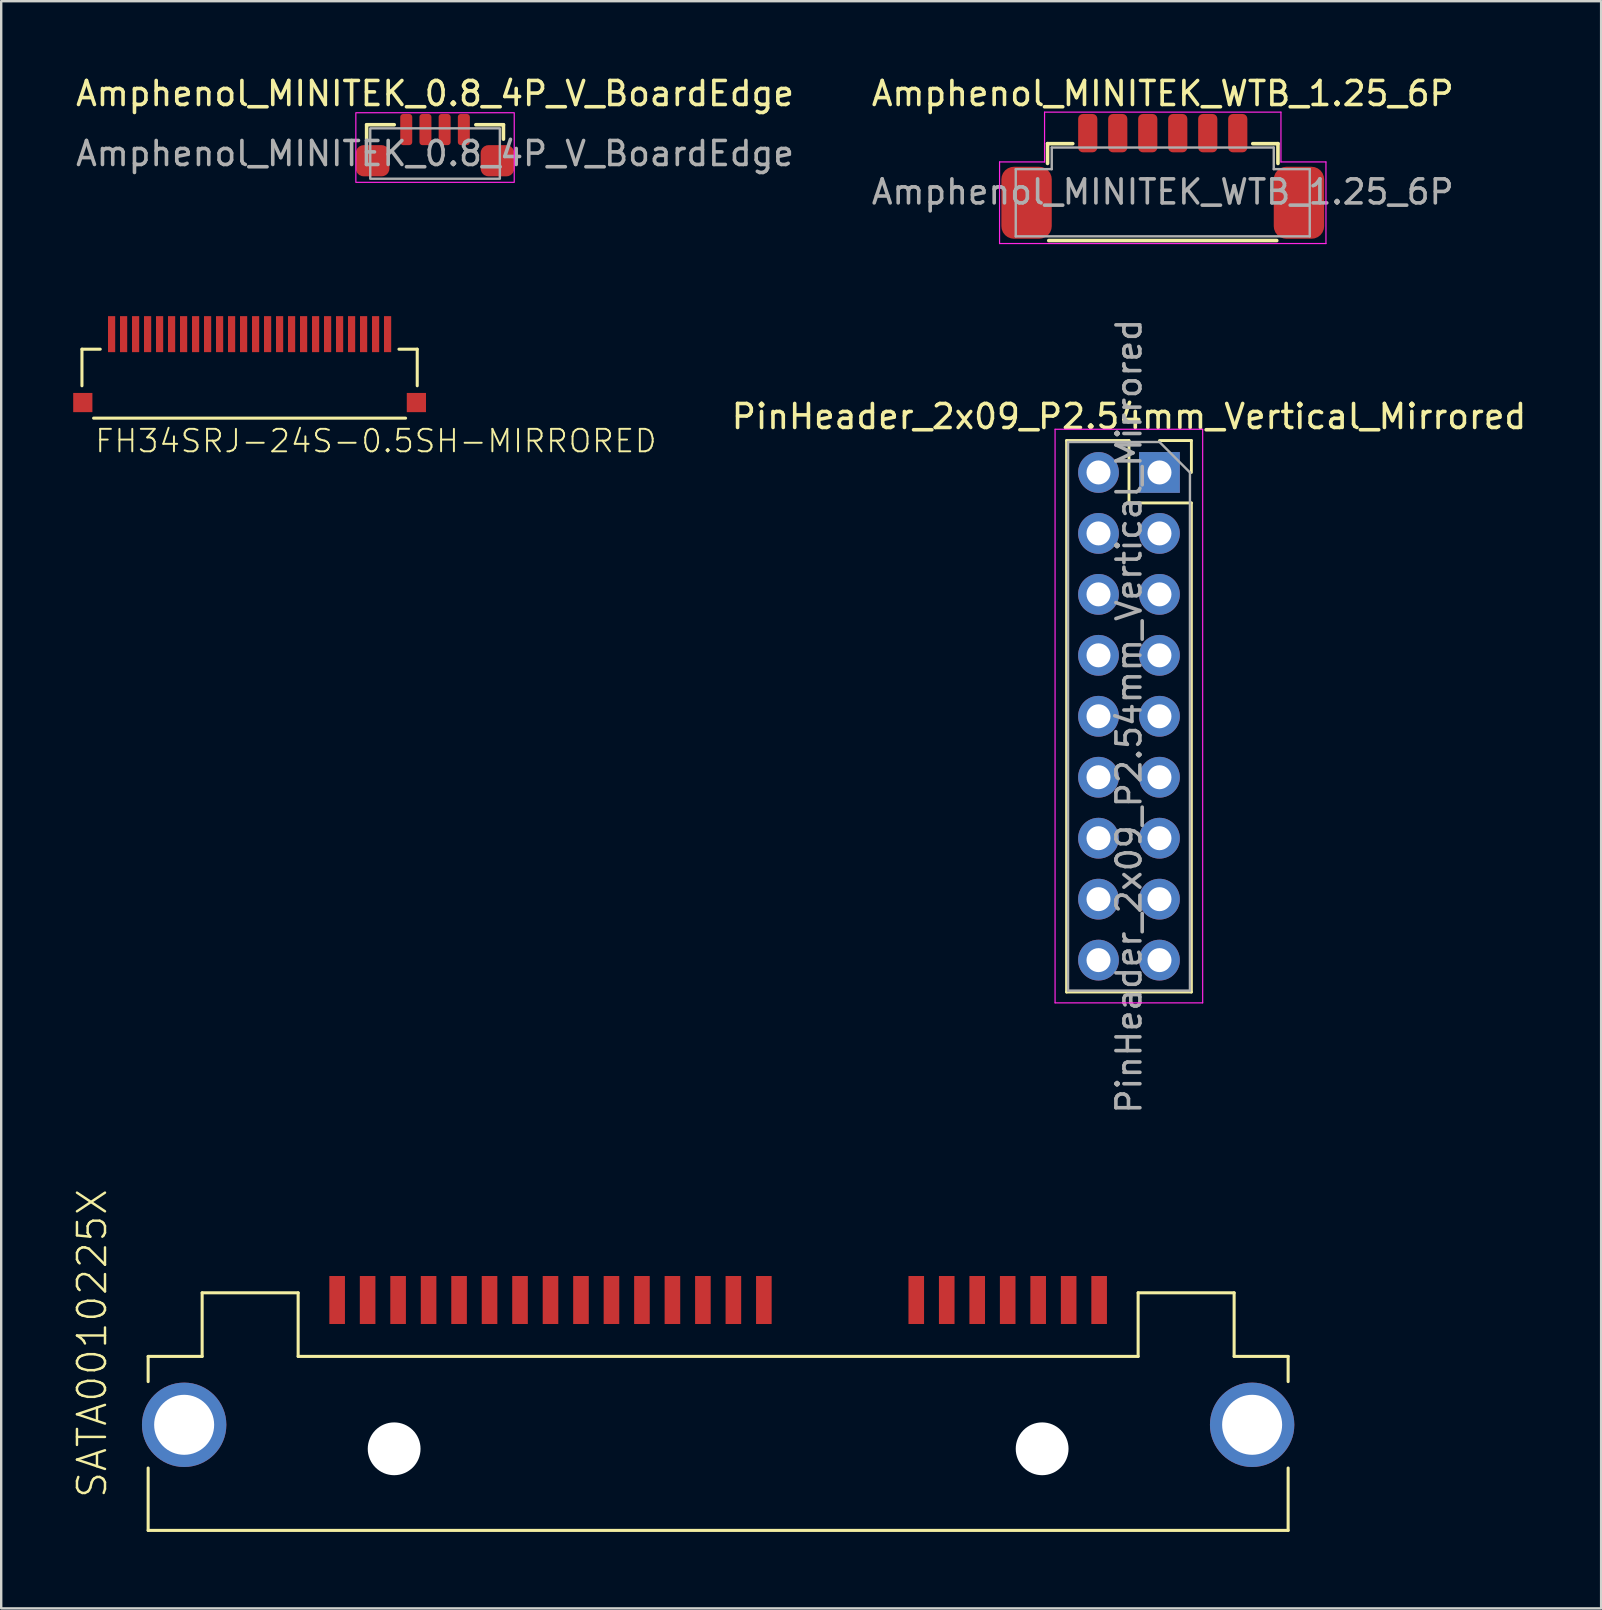
<source format=kicad_pcb>
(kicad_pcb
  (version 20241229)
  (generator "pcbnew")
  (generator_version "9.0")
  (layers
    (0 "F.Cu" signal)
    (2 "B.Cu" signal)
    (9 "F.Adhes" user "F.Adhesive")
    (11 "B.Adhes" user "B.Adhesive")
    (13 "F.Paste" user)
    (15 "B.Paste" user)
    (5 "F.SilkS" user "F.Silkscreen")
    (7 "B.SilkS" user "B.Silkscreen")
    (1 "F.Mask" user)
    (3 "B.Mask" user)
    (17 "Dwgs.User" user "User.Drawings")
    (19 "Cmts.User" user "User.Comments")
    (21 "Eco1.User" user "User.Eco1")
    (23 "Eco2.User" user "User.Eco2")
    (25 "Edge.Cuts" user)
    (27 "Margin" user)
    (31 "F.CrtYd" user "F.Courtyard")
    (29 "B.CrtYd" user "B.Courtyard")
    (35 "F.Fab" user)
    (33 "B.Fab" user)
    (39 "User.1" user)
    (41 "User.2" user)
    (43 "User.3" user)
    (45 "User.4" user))
  (footprint "PinHeader_2x09_P2.54mm_Vertical_Mirrored"
    (layer "F.Cu")
    (at 45.262 16.636)
    (property "Reference" "PinHeader_2x09_P2.54mm_Vertical_Mirrored" (at -1.27 -2.33 0) (layer "F.SilkS") (effects (font (size 1 1) (thickness 0.15))))
    (attr through_hole)
    (fp_line (start -3.87 -1.33) (end -3.87 21.65) (stroke (width 0.12) (type solid)) (layer "F.SilkS"))
    (fp_line (start -1.27 -1.33) (end -3.87 -1.33) (stroke (width 0.12) (type solid)) (layer "F.SilkS"))
    (fp_line (start -1.27 1.27) (end -1.27 -1.33) (stroke (width 0.12) (type solid)) (layer "F.SilkS"))
    (fp_line (start 1.33 -1.33) (end 0 -1.33) (stroke (width 0.12) (type solid)) (layer "F.SilkS"))
    (fp_line (start 1.33 0) (end 1.33 -1.33) (stroke (width 0.12) (type solid)) (layer "F.SilkS"))
    (fp_line (start 1.33 1.27) (end -1.27 1.27) (stroke (width 0.12) (type solid)) (layer "F.SilkS"))
    (fp_line (start 1.33 1.27) (end 1.33 21.65) (stroke (width 0.12) (type solid)) (layer "F.SilkS"))
    (fp_line (start 1.33 21.65) (end -3.87 21.65) (stroke (width 0.12) (type solid)) (layer "F.SilkS"))
    (fp_line (start -4.35 -1.8) (end 1.8 -1.8) (stroke (width 0.05) (type solid)) (layer "F.CrtYd"))
    (fp_line (start -4.35 22.1) (end -4.35 -1.8) (stroke (width 0.05) (type solid)) (layer "F.CrtYd"))
    (fp_line (start 1.8 -1.8) (end 1.8 22.1) (stroke (width 0.05) (type solid)) (layer "F.CrtYd"))
    (fp_line (start 1.8 22.1) (end -4.35 22.1) (stroke (width 0.05) (type solid)) (layer "F.CrtYd"))
    (fp_line (start -3.81 -1.27) (end -3.81 21.59) (stroke (width 0.1) (type solid)) (layer "F.Fab"))
    (fp_line (start -3.81 21.59) (end 1.27 21.59) (stroke (width 0.1) (type solid)) (layer "F.Fab"))
    (fp_line (start 0 -1.27) (end -3.81 -1.27) (stroke (width 0.1) (type solid)) (layer "F.Fab"))
    (fp_line (start 1.27 0) (end 0 -1.27) (stroke (width 0.1) (type solid)) (layer "F.Fab"))
    (fp_line (start 1.27 21.59) (end 1.27 0) (stroke (width 0.1) (type solid)) (layer "F.Fab"))
    (fp_text user "${REFERENCE}" (at -1.27 10.16 90) (layer "F.Fab") (effects (font (size 1 1) (thickness 0.15))))
    (pad "1" thru_hole rect (at 0 0) (size 1.7 1.7) (drill 1) (layers "*.Cu" "*.Mask"))
    (pad "2" thru_hole oval (at -2.54 0) (size 1.7 1.7) (drill 1) (layers "*.Cu" "*.Mask"))
    (pad "3" thru_hole oval (at 0 2.54) (size 1.7 1.7) (drill 1) (layers "*.Cu" "*.Mask"))
    (pad "4" thru_hole oval (at -2.54 2.54) (size 1.7 1.7) (drill 1) (layers "*.Cu" "*.Mask"))
    (pad "5" thru_hole oval (at 0 5.08) (size 1.7 1.7) (drill 1) (layers "*.Cu" "*.Mask"))
    (pad "6" thru_hole oval (at -2.54 5.08) (size 1.7 1.7) (drill 1) (layers "*.Cu" "*.Mask"))
    (pad "7" thru_hole oval (at 0 7.62) (size 1.7 1.7) (drill 1) (layers "*.Cu" "*.Mask"))
    (pad "8" thru_hole oval (at -2.54 7.62) (size 1.7 1.7) (drill 1) (layers "*.Cu" "*.Mask"))
    (pad "9" thru_hole oval (at 0 10.16) (size 1.7 1.7) (drill 1) (layers "*.Cu" "*.Mask"))
    (pad "10" thru_hole oval (at -2.54 10.16) (size 1.7 1.7) (drill 1) (layers "*.Cu" "*.Mask"))
    (pad "11" thru_hole oval (at 0 12.7) (size 1.7 1.7) (drill 1) (layers "*.Cu" "*.Mask"))
    (pad "12" thru_hole oval (at -2.54 12.7) (size 1.7 1.7) (drill 1) (layers "*.Cu" "*.Mask"))
    (pad "13" thru_hole oval (at 0 15.24) (size 1.7 1.7) (drill 1) (layers "*.Cu" "*.Mask"))
    (pad "14" thru_hole oval (at -2.54 15.24) (size 1.7 1.7) (drill 1) (layers "*.Cu" "*.Mask"))
    (pad "15" thru_hole oval (at 0 17.78) (size 1.7 1.7) (drill 1) (layers "*.Cu" "*.Mask"))
    (pad "16" thru_hole oval (at -2.54 17.78) (size 1.7 1.7) (drill 1) (layers "*.Cu" "*.Mask"))
    (pad "17" thru_hole oval (at 0 20.32) (size 1.7 1.7) (drill 1) (layers "*.Cu" "*.Mask"))
    (pad "18" thru_hole oval (at -2.54 20.32) (size 1.7 1.7) (drill 1) (layers "*.Cu" "*.Mask")))
  (footprint "Amphenol_MINITEK_0.8_4P_V_BoardEdge"
    (layer "F.Cu")
    (at 15.077 3.348)
    (property "Reference" "Amphenol_MINITEK_0.8_4P_V_BoardEdge" (at 0 -2.5 0) (layer "F.SilkS") (effects (font (size 1 1) (thickness 0.15))))
    (attr smd)
    (fp_line (start -2.85 -1.2) (end -1.7 -1.2) (stroke (width 0.15) (type default)) (layer "F.SilkS"))
    (fp_line (start -2.85 -0.6) (end -2.85 -1.2) (stroke (width 0.15) (type default)) (layer "F.SilkS"))
    (fp_line (start 1.7 -1.2) (end 2.85 -1.2) (stroke (width 0.15) (type default)) (layer "F.SilkS"))
    (fp_line (start 2.85 -1.2) (end 2.85 -0.6) (stroke (width 0.15) (type default)) (layer "F.SilkS"))
    (fp_rect (start -3.3 -1.7) (end 3.3 1.2) (stroke (width 0.05) (type default)) (fill no) (layer "F.CrtYd"))
    (fp_rect (start -2.7 -1.05) (end 2.7 1.05) (stroke (width 0.1) (type default)) (fill no) (layer "F.Fab"))
    (fp_text user "${REFERENCE}" (at 0 0 0) (layer "F.Fab") (effects (font (size 1 1) (thickness 0.15))))
    (pad "1" smd roundrect (at 1.2 -1) (size 0.5 1.3) (layers "F.Cu" "F.Mask" "F.Paste") (roundrect_rratio 0.25))
    (pad "2" smd roundrect (at 0.4 -1) (size 0.5 1.3) (layers "F.Cu" "F.Mask" "F.Paste") (roundrect_rratio 0.25))
    (pad "3" smd roundrect (at -0.4 -1) (size 0.5 1.3) (layers "F.Cu" "F.Mask" "F.Paste") (roundrect_rratio 0.25))
    (pad "4" smd roundrect (at -1.2 -1) (size 0.5 1.3) (layers "F.Cu" "F.Mask" "F.Paste") (roundrect_rratio 0.25))
    (pad "M" smd roundrect (at -2.6 0.3) (size 1.4 1.3) (layers "F.Cu" "F.Mask" "F.Paste") (roundrect_rratio 0.25))
    (pad "M" smd roundrect (at 2.6 0.3) (size 1.4 1.3) (layers "F.Cu" "F.Mask" "F.Paste") (roundrect_rratio 0.25)))
  (footprint "SATA0010225X"
    (layer "F.Cu")
    (at 26.873 60.718)
    (property "Reference" "SATA0010225X" (at -25.4 -1.27 90) (layer "F.SilkS") (effects (font (size 1.168 1.168) (thickness 0.102)) (justify left bottom)))
    (fp_line (start -23.75 -7.25) (end -23.75 -6.2) (stroke (width 0.127) (type solid)) (layer "F.SilkS"))
    (fp_line (start -23.75 -2.6) (end -23.75 0) (stroke (width 0.127) (type solid)) (layer "F.SilkS"))
    (fp_line (start -23.75 0) (end 23.75 0) (stroke (width 0.127) (type solid)) (layer "F.SilkS"))
    (fp_line (start -21.5 -9.9) (end -21.5 -7.25) (stroke (width 0.127) (type solid)) (layer "F.SilkS"))
    (fp_line (start -21.5 -7.25) (end -23.75 -7.25) (stroke (width 0.127) (type solid)) (layer "F.SilkS"))
    (fp_line (start -17.5 -9.9) (end -21.5 -9.9) (stroke (width 0.127) (type solid)) (layer "F.SilkS"))
    (fp_line (start -17.5 -7.25) (end -17.5 -9.9) (stroke (width 0.127) (type solid)) (layer "F.SilkS"))
    (fp_line (start 17.5 -9.9) (end 17.5 -7.25) (stroke (width 0.127) (type solid)) (layer "F.SilkS"))
    (fp_line (start 17.5 -7.25) (end -17.5 -7.25) (stroke (width 0.127) (type solid)) (layer "F.SilkS"))
    (fp_line (start 21.5 -9.9) (end 17.5 -9.9) (stroke (width 0.127) (type solid)) (layer "F.SilkS"))
    (fp_line (start 21.5 -7.25) (end 21.5 -9.9) (stroke (width 0.127) (type solid)) (layer "F.SilkS"))
    (fp_line (start 23.75 -7.25) (end 21.5 -7.25) (stroke (width 0.127) (type solid)) (layer "F.SilkS"))
    (fp_line (start 23.75 -6.2) (end 23.75 -7.25) (stroke (width 0.127) (type solid)) (layer "F.SilkS"))
    (fp_line (start 23.75 0) (end 23.75 -2.6) (stroke (width 0.127) (type solid)) (layer "F.SilkS"))
    (pad "" np_thru_hole circle (at -13.5 -3.4) (size 2.2 2.2) (drill 2.2) (layers "*.Cu" "*.Mask"))
    (pad "" np_thru_hole circle (at 13.5 -3.4) (size 2.2 2.2) (drill 2.2) (layers "*.Cu" "*.Mask"))
    (pad "D1" smd rect (at 15.875 -9.6) (size 0.65 2) (layers "F.Cu" "F.Mask" "F.Paste"))
    (pad "D2" smd rect (at 14.605 -9.6) (size 0.65 2) (layers "F.Cu" "F.Mask" "F.Paste"))
    (pad "D3" smd rect (at 13.335 -9.6) (size 0.65 2) (layers "F.Cu" "F.Mask" "F.Paste"))
    (pad "D4" smd rect (at 12.065 -9.6) (size 0.65 2) (layers "F.Cu" "F.Mask" "F.Paste"))
    (pad "D5" smd rect (at 10.795 -9.6) (size 0.65 2) (layers "F.Cu" "F.Mask" "F.Paste"))
    (pad "D6" smd rect (at 9.525 -9.6) (size 0.65 2) (layers "F.Cu" "F.Mask" "F.Paste"))
    (pad "D7" smd rect (at 8.255 -9.6) (size 0.65 2) (layers "F.Cu" "F.Mask" "F.Paste"))
    (pad "H1" thru_hole circle (at -22.25 -4.4) (size 3.516 3.516) (drill 2.5) (layers "*.Cu" "*.Mask"))
    (pad "H2" thru_hole circle (at 22.25 -4.4) (size 3.516 3.516) (drill 2.5) (layers "*.Cu" "*.Mask"))
    (pad "P1" smd rect (at 1.905 -9.6) (size 0.65 2) (layers "F.Cu" "F.Mask" "F.Paste"))
    (pad "P2" smd rect (at 0.635 -9.6) (size 0.65 2) (layers "F.Cu" "F.Mask" "F.Paste"))
    (pad "P3" smd rect (at -0.635 -9.6) (size 0.65 2) (layers "F.Cu" "F.Mask" "F.Paste"))
    (pad "P4" smd rect (at -1.905 -9.6) (size 0.65 2) (layers "F.Cu" "F.Mask" "F.Paste"))
    (pad "P5" smd rect (at -3.175 -9.6) (size 0.65 2) (layers "F.Cu" "F.Mask" "F.Paste"))
    (pad "P6" smd rect (at -4.445 -9.6) (size 0.65 2) (layers "F.Cu" "F.Mask" "F.Paste"))
    (pad "P7" smd rect (at -5.715 -9.6) (size 0.65 2) (layers "F.Cu" "F.Mask" "F.Paste"))
    (pad "P8" smd rect (at -6.985 -9.6) (size 0.65 2) (layers "F.Cu" "F.Mask" "F.Paste"))
    (pad "P9" smd rect (at -8.255 -9.6) (size 0.65 2) (layers "F.Cu" "F.Mask" "F.Paste"))
    (pad "P10" smd rect (at -9.525 -9.6) (size 0.65 2) (layers "F.Cu" "F.Mask" "F.Paste"))
    (pad "P11" smd rect (at -10.795 -9.6) (size 0.65 2) (layers "F.Cu" "F.Mask" "F.Paste"))
    (pad "P12" smd rect (at -12.065 -9.6) (size 0.65 2) (layers "F.Cu" "F.Mask" "F.Paste"))
    (pad "P13" smd rect (at -13.335 -9.6) (size 0.65 2) (layers "F.Cu" "F.Mask" "F.Paste"))
    (pad "P14" smd rect (at -14.605 -9.6) (size 0.65 2) (layers "F.Cu" "F.Mask" "F.Paste"))
    (pad "P15" smd rect (at -15.875 -9.6) (size 0.65 2) (layers "F.Cu" "F.Mask" "F.Paste")))
  (footprint "Amphenol_MINITEK_WTB_1.25_6P"
    (layer "F.Cu")
    (at 45.399 4.948)
    (property "Reference" "Amphenol_MINITEK_WTB_1.25_6P" (at 0 -4.1 0) (layer "F.SilkS") (effects (font (size 1 1) (thickness 0.15))))
    (attr smd)
    (fp_line (start -4.8 -2.013) (end -4.8 -1.188) (stroke (width 0.15) (type default)) (layer "F.SilkS"))
    (fp_line (start -4.75 2.025) (end 4.75 2.025) (stroke (width 0.15) (type default)) (layer "F.SilkS"))
    (fp_line (start -3.75 -2.013) (end -4.8 -2.013) (stroke (width 0.15) (type default)) (layer "F.SilkS"))
    (fp_line (start 3.75 -2.013) (end 4.8 -2.013) (stroke (width 0.15) (type default)) (layer "F.SilkS"))
    (fp_line (start 4.8 -2.013) (end 4.8 -1.188) (stroke (width 0.15) (type default)) (layer "F.SilkS"))
    (fp_line (start -6.8 -1.25) (end -4.925 -1.25) (stroke (width 0.05) (type default)) (layer "F.CrtYd"))
    (fp_line (start -6.8 2.15) (end -6.8 -1.25) (stroke (width 0.05) (type default)) (layer "F.CrtYd"))
    (fp_line (start -6.8 2.15) (end 6.8 2.15) (stroke (width 0.05) (type default)) (layer "F.CrtYd"))
    (fp_line (start -4.925 -3.325) (end -4.925 -1.25) (stroke (width 0.05) (type default)) (layer "F.CrtYd"))
    (fp_line (start 4.925 -3.325) (end -4.925 -3.325) (stroke (width 0.05) (type default)) (layer "F.CrtYd"))
    (fp_line (start 4.925 -1.25) (end 4.925 -3.325) (stroke (width 0.05) (type default)) (layer "F.CrtYd"))
    (fp_line (start 6.8 -1.25) (end 4.925 -1.25) (stroke (width 0.05) (type default)) (layer "F.CrtYd"))
    (fp_line (start 6.8 2.15) (end 6.8 -1.25) (stroke (width 0.05) (type default)) (layer "F.CrtYd"))
    (fp_line (start -6.125 -0.95) (end -4.625 -0.95) (stroke (width 0.1) (type default)) (layer "F.Fab"))
    (fp_line (start -6.125 1.85) (end -6.125 -0.95) (stroke (width 0.1) (type default)) (layer "F.Fab"))
    (fp_line (start -6.125 1.85) (end 6.125 1.85) (stroke (width 0.1) (type default)) (layer "F.Fab"))
    (fp_line (start -4.625 -1.85) (end 4.625 -1.85) (stroke (width 0.1) (type default)) (layer "F.Fab"))
    (fp_line (start -4.625 -0.95) (end -4.625 -1.85) (stroke (width 0.1) (type default)) (layer "F.Fab"))
    (fp_line (start 4.625 -1.85) (end 4.625 -0.95) (stroke (width 0.1) (type default)) (layer "F.Fab"))
    (fp_line (start 4.625 -0.95) (end 6.125 -0.95) (stroke (width 0.1) (type default)) (layer "F.Fab"))
    (fp_line (start 6.125 1.85) (end 6.125 -0.95) (stroke (width 0.1) (type default)) (layer "F.Fab"))
    (fp_text user "${REFERENCE}" (at 0 0 0) (layer "F.Fab") (effects (font (size 1 1) (thickness 0.15))))
    (pad "1" smd roundrect (at 3.125 -2.45) (size 0.8 1.6) (layers "F.Cu" "F.Mask" "F.Paste") (roundrect_rratio 0.25))
    (pad "2" smd roundrect (at 1.875 -2.45) (size 0.8 1.6) (layers "F.Cu" "F.Mask" "F.Paste") (roundrect_rratio 0.25))
    (pad "3" smd roundrect (at 0.625 -2.45) (size 0.8 1.6) (layers "F.Cu" "F.Mask" "F.Paste") (roundrect_rratio 0.25))
    (pad "4" smd roundrect (at -0.625 -2.45) (size 0.8 1.6) (layers "F.Cu" "F.Mask" "F.Paste") (roundrect_rratio 0.25))
    (pad "5" smd roundrect (at -1.875 -2.45) (size 0.8 1.6) (layers "F.Cu" "F.Mask" "F.Paste") (roundrect_rratio 0.25))
    (pad "6" smd roundrect (at -3.125 -2.45) (size 0.8 1.6) (layers "F.Cu" "F.Mask" "F.Paste") (roundrect_rratio 0.25))
    (pad "M" smd roundrect (at -5.675 0.45) (size 2.1 3) (layers "F.Cu" "F.Mask" "F.Paste") (roundrect_rratio 0.25))
    (pad "M" smd roundrect (at 5.675 0.45) (size 2.1 3) (layers "F.Cu" "F.Mask" "F.Paste") (roundrect_rratio 0.25)))
  (footprint "FH34SRJ-24S-0.5SH-MIRRORED"
    (layer "F.Cu")
    (at 7.35 11.373)
    (property "Reference" "FH34SRJ-24S-0.5SH-MIRRORED" (at -6.5 4.5 0) (layer "F.SilkS") (effects (font (size 0.935 0.935) (thickness 0.081)) (justify left bottom)))
    (fp_line (start -6.985 0.127) (end -6.223 0.127) (stroke (width 0.127) (type solid)) (layer "F.SilkS"))
    (fp_line (start -6.985 1.651) (end -6.985 0.127) (stroke (width 0.127) (type solid)) (layer "F.SilkS"))
    (fp_line (start -6.5 3) (end 6.5 3) (stroke (width 0.127) (type solid)) (layer "F.SilkS"))
    (fp_line (start 6.985 0.127) (end 6.223 0.127) (stroke (width 0.127) (type solid)) (layer "F.SilkS"))
    (fp_line (start 6.985 1.651) (end 6.985 0.127) (stroke (width 0.127) (type solid)) (layer "F.SilkS"))
    (pad "1" smd rect (at -5.75 -0.5 180) (size 0.3 1.5) (layers "F.Cu" "F.Mask" "F.Paste"))
    (pad "2" smd rect (at -5.25 -0.5 180) (size 0.3 1.5) (layers "F.Cu" "F.Mask" "F.Paste"))
    (pad "3" smd rect (at -4.75 -0.5 180) (size 0.3 1.5) (layers "F.Cu" "F.Mask" "F.Paste"))
    (pad "4" smd rect (at -4.25 -0.5 180) (size 0.3 1.5) (layers "F.Cu" "F.Mask" "F.Paste"))
    (pad "5" smd rect (at -3.75 -0.5 180) (size 0.3 1.5) (layers "F.Cu" "F.Mask" "F.Paste"))
    (pad "6" smd rect (at -3.25 -0.5 180) (size 0.3 1.5) (layers "F.Cu" "F.Mask" "F.Paste"))
    (pad "7" smd rect (at -2.75 -0.5 180) (size 0.3 1.5) (layers "F.Cu" "F.Mask" "F.Paste"))
    (pad "8" smd rect (at -2.25 -0.5 180) (size 0.3 1.5) (layers "F.Cu" "F.Mask" "F.Paste"))
    (pad "9" smd rect (at -1.75 -0.5 180) (size 0.3 1.5) (layers "F.Cu" "F.Mask" "F.Paste"))
    (pad "10" smd rect (at -1.25 -0.5 180) (size 0.3 1.5) (layers "F.Cu" "F.Mask" "F.Paste"))
    (pad "11" smd rect (at -0.75 -0.5 180) (size 0.3 1.5) (layers "F.Cu" "F.Mask" "F.Paste"))
    (pad "12" smd rect (at -0.25 -0.5 180) (size 0.3 1.5) (layers "F.Cu" "F.Mask" "F.Paste"))
    (pad "13" smd rect (at 0.25 -0.5 180) (size 0.3 1.5) (layers "F.Cu" "F.Mask" "F.Paste"))
    (pad "14" smd rect (at 0.75 -0.5 180) (size 0.3 1.5) (layers "F.Cu" "F.Mask" "F.Paste"))
    (pad "15" smd rect (at 1.25 -0.5 180) (size 0.3 1.5) (layers "F.Cu" "F.Mask" "F.Paste"))
    (pad "16" smd rect (at 1.75 -0.5 180) (size 0.3 1.5) (layers "F.Cu" "F.Mask" "F.Paste"))
    (pad "17" smd rect (at 2.25 -0.5 180) (size 0.3 1.5) (layers "F.Cu" "F.Mask" "F.Paste"))
    (pad "18" smd rect (at 2.75 -0.5 180) (size 0.3 1.5) (layers "F.Cu" "F.Mask" "F.Paste"))
    (pad "19" smd rect (at 3.25 -0.5 180) (size 0.3 1.5) (layers "F.Cu" "F.Mask" "F.Paste"))
    (pad "20" smd rect (at 3.75 -0.5 180) (size 0.3 1.5) (layers "F.Cu" "F.Mask" "F.Paste"))
    (pad "21" smd rect (at 4.25 -0.5 180) (size 0.3 1.5) (layers "F.Cu" "F.Mask" "F.Paste"))
    (pad "22" smd rect (at 4.75 -0.5 180) (size 0.3 1.5) (layers "F.Cu" "F.Mask" "F.Paste"))
    (pad "23" smd rect (at 5.25 -0.5 180) (size 0.3 1.5) (layers "F.Cu" "F.Mask" "F.Paste"))
    (pad "24" smd rect (at 5.75 -0.5 180) (size 0.3 1.5) (layers "F.Cu" "F.Mask" "F.Paste"))
    (pad "C1" smd rect (at -6.95 2.35) (size 0.8 0.8) (layers "F.Cu" "F.Mask" "F.Paste"))
    (pad "C2" smd rect (at 6.95 2.35) (size 0.8 0.8) (layers "F.Cu" "F.Mask" "F.Paste")))
  (gr_rect
    (start -3 -3)
    (end 63.665 63.968)
    (stroke (width 0.1) (type default))
    (fill no)
    (layer "Edge.Cuts")))
</source>
